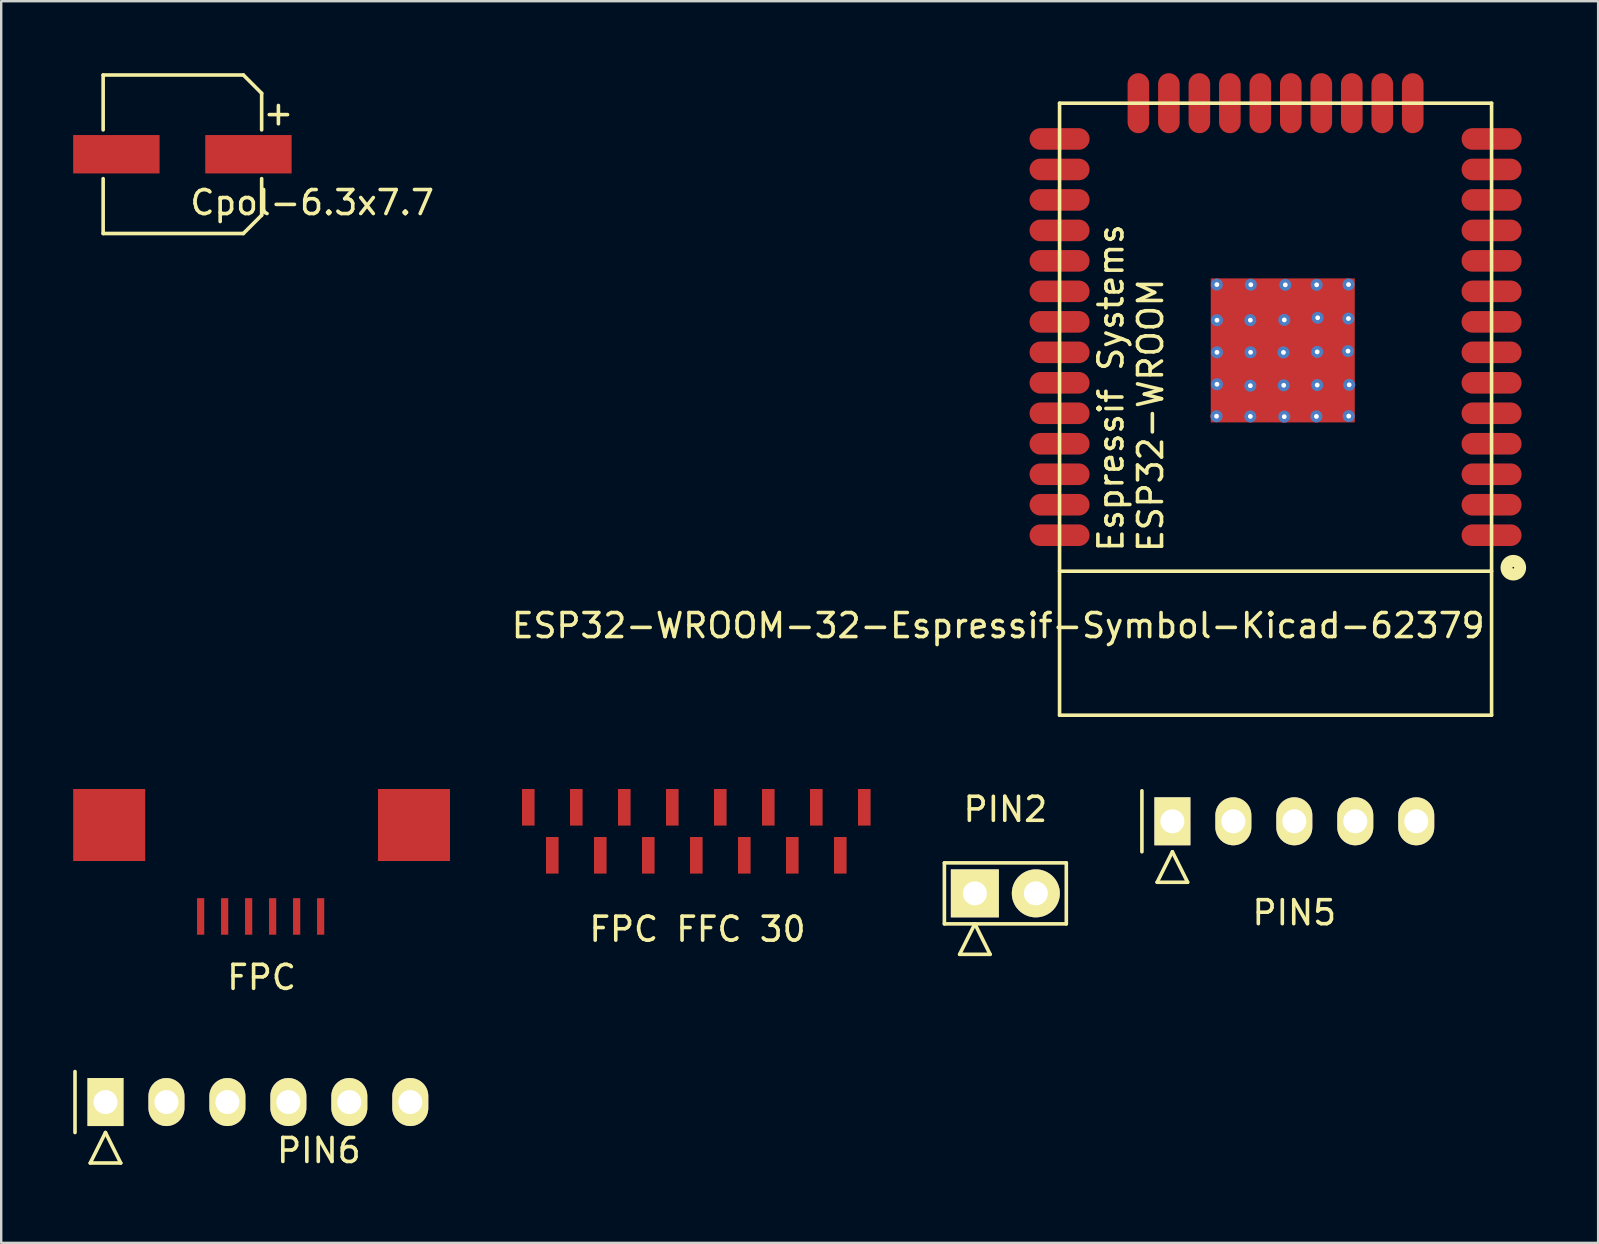
<source format=kicad_pcb>
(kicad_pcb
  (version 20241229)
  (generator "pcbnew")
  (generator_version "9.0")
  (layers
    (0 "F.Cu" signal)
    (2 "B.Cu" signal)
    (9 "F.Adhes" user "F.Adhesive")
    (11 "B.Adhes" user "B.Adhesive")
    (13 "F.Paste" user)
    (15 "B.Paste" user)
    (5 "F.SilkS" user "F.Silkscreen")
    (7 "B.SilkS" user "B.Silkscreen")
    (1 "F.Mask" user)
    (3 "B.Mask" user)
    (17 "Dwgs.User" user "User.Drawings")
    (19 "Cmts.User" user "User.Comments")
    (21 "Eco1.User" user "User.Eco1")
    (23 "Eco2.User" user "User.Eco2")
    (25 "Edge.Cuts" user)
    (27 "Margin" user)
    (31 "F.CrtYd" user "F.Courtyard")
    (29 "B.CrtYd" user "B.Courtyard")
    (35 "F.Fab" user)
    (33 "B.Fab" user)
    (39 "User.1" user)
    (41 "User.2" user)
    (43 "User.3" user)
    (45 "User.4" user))
  (footprint "PIN2"
    (layer "F.Cu")
    (at 38.839 34.173)
    (property "Reference" "PIN2" (at 0 -3.5 0) (layer "F.SilkS") (effects (font (size 1 1) (thickness 0.15))))
    (attr through_hole)
    (fp_line (start -2.54 -1.27) (end -2.54 1.27) (stroke (width 0.15) (type solid)) (layer "F.SilkS"))
    (fp_line (start -2.54 1.27) (end 2.54 1.27) (stroke (width 0.15) (type solid)) (layer "F.SilkS"))
    (fp_line (start -1.905 2.54) (end -1.27 1.27) (stroke (width 0.15) (type solid)) (layer "F.SilkS"))
    (fp_line (start -1.905 2.54) (end -0.635 2.54) (stroke (width 0.15) (type solid)) (layer "F.SilkS"))
    (fp_line (start -0.635 2.54) (end -1.27 1.27) (stroke (width 0.15) (type solid)) (layer "F.SilkS"))
    (fp_line (start 2.54 -1.27) (end -2.54 -1.27) (stroke (width 0.15) (type solid)) (layer "F.SilkS"))
    (fp_line (start 2.54 1.27) (end 2.54 -1.27) (stroke (width 0.15) (type solid)) (layer "F.SilkS"))
    (pad "1" thru_hole rect (at -1.27 0) (size 2 2) (drill 1) (layers "*.Cu" "*.Mask" "F.SilkS"))
    (pad "2" thru_hole oval (at 1.27 0) (size 2 2) (drill 1) (layers "*.Cu" "*.Mask" "F.SilkS")))
  (footprint "PIN5"
    (layer "F.Cu")
    (at 50.879 31.17)
    (property "Reference" "PIN5" (at 0 3.81 0) (layer "F.SilkS") (effects (font (size 1 1) (thickness 0.15))))
    (attr through_hole)
    (fp_line (start -6.35 -1.27) (end -6.35 1.27) (stroke (width 0.15) (type solid)) (layer "F.SilkS"))
    (fp_line (start -5.715 2.54) (end -5.08 1.27) (stroke (width 0.15) (type solid)) (layer "F.SilkS"))
    (fp_line (start -5.715 2.54) (end -4.445 2.54) (stroke (width 0.15) (type solid)) (layer "F.SilkS"))
    (fp_line (start -4.445 2.54) (end -5.08 1.27) (stroke (width 0.15) (type solid)) (layer "F.SilkS"))
    (pad "1" thru_hole rect (at -5.08 0) (size 1.5 2) (drill 1) (layers "*.Cu" "*.Mask" "F.SilkS"))
    (pad "2" thru_hole oval (at -2.54 0) (size 1.5 2) (drill 1) (layers "*.Cu" "*.Mask" "F.SilkS"))
    (pad "3" thru_hole oval (at 0 0) (size 1.5 2) (drill 1) (layers "*.Cu" "*.Mask" "F.SilkS"))
    (pad "4" thru_hole oval (at 2.54 0) (size 1.5 2) (drill 1) (layers "*.Cu" "*.Mask" "F.SilkS"))
    (pad "5" thru_hole oval (at 5.08 0) (size 1.5 2) (drill 1) (layers "*.Cu" "*.Mask" "F.SilkS")))
  (footprint "FPC"
    (layer "F.Cu")
    (at 7.85 32.595)
    (property "Reference" "FPC" (at 0 5.08 0) (layer "F.SilkS") (effects (font (size 1 1) (thickness 0.15))))
    (attr through_hole)
    (pad "" smd rect (at -6.35 -1.27) (size 3 3) (layers "F.Cu" "F.Mask" "F.Paste"))
    (pad "" smd rect (at 6.35 -1.27) (size 3 3) (layers "F.Cu" "F.Mask" "F.Paste"))
    (pad "1" smd rect (at 2.46 2.54) (size 0.3 1.524) (layers "F.Cu" "F.Mask" "F.Paste"))
    (pad "2" smd rect (at 1.46 2.54) (size 0.3 1.524) (layers "F.Cu" "F.Mask" "F.Paste"))
    (pad "3" smd rect (at 0.46 2.54) (size 0.3 1.524) (layers "F.Cu" "F.Mask" "F.Paste"))
    (pad "4" smd rect (at -0.54 2.54) (size 0.3 1.524) (layers "F.Cu" "F.Mask" "F.Paste"))
    (pad "5" smd rect (at -1.54 2.54) (size 0.3 1.524) (layers "F.Cu" "F.Mask" "F.Paste"))
    (pad "6" smd rect (at -2.54 2.54) (size 0.3 1.524) (layers "F.Cu" "F.Mask" "F.Paste")))
  (footprint "ESP32-WROOM-32-Espressif-Symbol-Kicad-62379"
    (layer "F.Cu")
    (at 50.098 14)
    (property "Reference" "ESP32-WROOM-32-Espressif-Symbol-Kicad-62379" (at -11.557 9.017 0) (layer "F.SilkS") (effects (font (size 1 1) (thickness 0.15))))
    (attr through_hole)
    (fp_line (start -9 -12.75) (end 9 -12.75) (stroke (width 0.15) (type solid)) (layer "F.SilkS"))
    (fp_line (start -9 6.75) (end 9 6.75) (stroke (width 0.15) (type solid)) (layer "F.SilkS"))
    (fp_line (start -9 12.75) (end -9 -12.75) (stroke (width 0.15) (type solid)) (layer "F.SilkS"))
    (fp_line (start -9 12.75) (end 9 12.75) (stroke (width 0.15) (type solid)) (layer "F.SilkS"))
    (fp_line (start 9 12.75) (end 9 -12.75) (stroke (width 0.15) (type solid)) (layer "F.SilkS"))
    (fp_circle (center 9.906 6.604) (end 10.033 6.858) (stroke (width 0.5) (type solid)) (fill no) (layer "F.SilkS"))
    (fp_text user "Espressif Systems" (at -6.858 -0.889 90) (layer "F.SilkS") (effects (font (size 1 1) (thickness 0.15))))
    (fp_text user "ESP32-WROOM" (at -5.207 0.254 90) (layer "F.SilkS") (effects (font (size 1 1) (thickness 0.15))))
    (pad "1" smd oval (at 9 5.25) (size 2.5 0.9) (layers "F.Cu" "F.Mask" "F.Paste"))
    (pad "2" smd oval (at 9 3.98) (size 2.5 0.9) (layers "F.Cu" "F.Mask" "F.Paste"))
    (pad "3" smd oval (at 9 2.71) (size 2.5 0.9) (layers "F.Cu" "F.Mask" "F.Paste"))
    (pad "4" smd oval (at 9 1.44) (size 2.5 0.9) (layers "F.Cu" "F.Mask" "F.Paste"))
    (pad "5" smd oval (at 9 0.17) (size 2.5 0.9) (layers "F.Cu" "F.Mask" "F.Paste"))
    (pad "6" smd oval (at 9 -1.1) (size 2.5 0.9) (layers "F.Cu" "F.Mask" "F.Paste"))
    (pad "7" smd oval (at 9 -2.37) (size 2.5 0.9) (layers "F.Cu" "F.Mask" "F.Paste"))
    (pad "8" smd oval (at 9 -3.64) (size 2.5 0.9) (layers "F.Cu" "F.Mask" "F.Paste"))
    (pad "9" smd oval (at 9 -4.91) (size 2.5 0.9) (layers "F.Cu" "F.Mask" "F.Paste"))
    (pad "10" smd oval (at 9 -6.18) (size 2.5 0.9) (layers "F.Cu" "F.Mask" "F.Paste"))
    (pad "11" smd oval (at 9 -7.45) (size 2.5 0.9) (layers "F.Cu" "F.Mask" "F.Paste"))
    (pad "12" smd oval (at 9 -8.72) (size 2.5 0.9) (layers "F.Cu" "F.Mask" "F.Paste"))
    (pad "13" smd oval (at 9 -9.99) (size 2.5 0.9) (layers "F.Cu" "F.Mask" "F.Paste"))
    (pad "14" smd oval (at 9 -11.26) (size 2.5 0.9) (layers "F.Cu" "F.Mask" "F.Paste"))
    (pad "15" smd oval (at 5.715 -12.75) (size 0.9 2.5) (layers "F.Cu" "F.Mask" "F.Paste"))
    (pad "16" smd oval (at 4.445 -12.75) (size 0.9 2.5) (layers "F.Cu" "F.Mask" "F.Paste"))
    (pad "17" smd oval (at 3.175 -12.75) (size 0.9 2.5) (layers "F.Cu" "F.Mask" "F.Paste"))
    (pad "18" smd oval (at 1.905 -12.75) (size 0.9 2.5) (layers "F.Cu" "F.Mask" "F.Paste"))
    (pad "19" smd oval (at 0.635 -12.75) (size 0.9 2.5) (layers "F.Cu" "F.Mask" "F.Paste"))
    (pad "20" smd oval (at -0.635 -12.75) (size 0.9 2.5) (layers "F.Cu" "F.Mask" "F.Paste"))
    (pad "21" smd oval (at -1.905 -12.75) (size 0.9 2.5) (layers "F.Cu" "F.Mask" "F.Paste"))
    (pad "22" smd oval (at -3.175 -12.75) (size 0.9 2.5) (layers "F.Cu" "F.Mask" "F.Paste"))
    (pad "23" smd oval (at -4.445 -12.75) (size 0.9 2.5) (layers "F.Cu" "F.Mask" "F.Paste"))
    (pad "24" smd oval (at -5.715 -12.75) (size 0.9 2.5) (layers "F.Cu" "F.Mask" "F.Paste"))
    (pad "25" smd oval (at -9 -11.26) (size 2.5 0.9) (layers "F.Cu" "F.Mask" "F.Paste"))
    (pad "26" smd oval (at -9 -9.99) (size 2.5 0.9) (layers "F.Cu" "F.Mask" "F.Paste"))
    (pad "27" smd oval (at -9 -8.72) (size 2.5 0.9) (layers "F.Cu" "F.Mask" "F.Paste"))
    (pad "28" smd oval (at -9 -7.45) (size 2.5 0.9) (layers "F.Cu" "F.Mask" "F.Paste"))
    (pad "29" smd oval (at -9 -6.18) (size 2.5 0.9) (layers "F.Cu" "F.Mask" "F.Paste"))
    (pad "30" smd oval (at -9 -4.91) (size 2.5 0.9) (layers "F.Cu" "F.Mask" "F.Paste"))
    (pad "31" smd oval (at -9 -3.64) (size 2.5 0.9) (layers "F.Cu" "F.Mask" "F.Paste"))
    (pad "32" smd oval (at -9 -2.37) (size 2.5 0.9) (layers "F.Cu" "F.Mask" "F.Paste"))
    (pad "33" smd oval (at -9 -1.1) (size 2.5 0.9) (layers "F.Cu" "F.Mask" "F.Paste"))
    (pad "34" smd oval (at -9 0.17) (size 2.5 0.9) (layers "F.Cu" "F.Mask" "F.Paste"))
    (pad "35" smd oval (at -9 1.44) (size 2.5 0.9) (layers "F.Cu" "F.Mask" "F.Paste"))
    (pad "36" smd oval (at -9 2.71) (size 2.5 0.9) (layers "F.Cu" "F.Mask" "F.Paste"))
    (pad "37" smd oval (at -9 3.98) (size 2.5 0.9) (layers "F.Cu" "F.Mask" "F.Paste"))
    (pad "38" smd oval (at -9 5.25) (size 2.5 0.9) (layers "F.Cu" "F.Mask" "F.Paste"))
    (pad "39" thru_hole circle (at -2.459 0.292) (size 0.5 0.5) (drill 0.2) (layers "*.Cu"))
    (pad "39" thru_hole circle (at -2.446 -5.192) (size 0.5 0.5) (drill 0.2) (layers "*.Cu"))
    (pad "39" thru_hole circle (at -2.441 -3.708) (size 0.5 0.5) (drill 0.2) (layers "*.Cu"))
    (pad "39" thru_hole circle (at -2.441 -2.37) (size 0.5 0.5) (drill 0.2) (layers "*.Cu"))
    (pad "39" thru_hole circle (at -2.441 -1.039) (size 0.5 0.5) (drill 0.2) (layers "*.Cu"))
    (pad "39" smd rect (at -1.742 -4.445) (size 1.2 1.2) (layers "F.Cu" "B.Paste"))
    (pad "39" smd rect (at -1.732 -3.03) (size 1.2 1.2) (layers "F.Cu" "B.Paste"))
    (pad "39" smd rect (at -1.722 -1.661) (size 1.2 1.2) (layers "F.Cu" "B.Paste"))
    (pad "39" smd rect (at -1.709 -0.348) (size 1.2 1.2) (layers "F.Cu" "B.Paste"))
    (pad "39" thru_hole circle (at -1.052 -3.711) (size 0.5 0.5) (drill 0.2) (layers "*.Cu"))
    (pad "39" thru_hole circle (at -1.052 -0.98) (size 0.5 0.5) (drill 0.2) (layers "*.Cu"))
    (pad "39" thru_hole circle (at -1.052 0.3) (size 0.5 0.5) (drill 0.2) (layers "*.Cu"))
    (pad "39" thru_hole circle (at -1.041 -2.372) (size 0.5 0.5) (drill 0.2) (layers "*.Cu"))
    (pad "39" thru_hole circle (at -1.031 -5.187) (size 0.5 0.5) (drill 0.2) (layers "*.Cu" "*.Mask"))
    (pad "39" smd rect (at -0.351 -4.468) (size 1.2 1.2) (layers "F.Cu" "B.Paste"))
    (pad "39" smd rect (at -0.34 -3.025) (size 1.2 1.2) (layers "F.Cu" "B.Paste"))
    (pad "39" smd rect (at -0.328 -1.641) (size 1.2 1.2) (layers "F.Cu" "B.Paste"))
    (pad "39" smd rect (at -0.318 -0.325) (size 1.2 1.2) (layers "F.Cu" "B.Paste"))
    (pad "39" smd rect (at 0.3 -2.45) (size 6 6) (layers "F.Cu" "F.Mask"))
    (pad "39" thru_hole circle (at 0.33 -2.365) (size 0.5 0.5) (drill 0.2) (layers "*.Cu"))
    (pad "39" thru_hole circle (at 0.34 -0.996) (size 0.5 0.5) (drill 0.2) (layers "*.Cu"))
    (pad "39" thru_hole circle (at 0.363 -3.721) (size 0.5 0.5) (drill 0.2) (layers "*.Cu"))
    (pad "39" thru_hole circle (at 0.363 0.31) (size 0.5 0.5) (drill 0.2) (layers "*.Cu"))
    (pad "39" thru_hole circle (at 0.406 -5.182) (size 0.5 0.5) (drill 0.2) (layers "*.Cu"))
    (pad "39" smd rect (at 1.021 -4.478) (size 1.2 1.2) (layers "F.Cu" "B.Paste"))
    (pad "39" smd rect (at 1.054 -3.056) (size 1.2 1.2) (layers "F.Cu" "B.Paste"))
    (pad "39" smd rect (at 1.064 -1.654) (size 1.2 1.2) (layers "F.Cu" "B.Paste"))
    (pad "39" smd rect (at 1.064 -0.292) (size 1.2 1.2) (layers "F.Cu" "B.Paste"))
    (pad "39" thru_hole circle (at 1.702 0.3) (size 0.5 0.5) (drill 0.2) (layers "*.Cu"))
    (pad "39" thru_hole circle (at 1.712 -5.182) (size 0.5 0.5) (drill 0.2) (layers "*.Cu"))
    (pad "39" thru_hole circle (at 1.735 -2.388) (size 0.5 0.5) (drill 0.2) (layers "*.Cu"))
    (pad "39" thru_hole circle (at 1.735 -1.006) (size 0.5 0.5) (drill 0.2) (layers "*.Cu"))
    (pad "39" thru_hole circle (at 1.755 -3.81) (size 0.5 0.5) (drill 0.2) (layers "*.Cu"))
    (pad "39" smd rect (at 2.403 -3.111) (size 1.2 1.2) (layers "F.Cu" "B.Paste"))
    (pad "39" smd rect (at 2.413 -4.511) (size 1.2 1.2) (layers "F.Cu" "B.Paste"))
    (pad "39" smd rect (at 2.433 -0.315) (size 1.2 1.2) (layers "F.Cu" "B.Paste"))
    (pad "39" smd rect (at 2.436 -1.664) (size 1.2 1.2) (layers "F.Cu" "B.Paste"))
    (pad "39" thru_hole circle (at 3.018 -2.421) (size 0.5 0.5) (drill 0.2) (layers "*.Cu"))
    (pad "39" thru_hole circle (at 3.035 -3.777) (size 0.5 0.5) (drill 0.2) (layers "*.Cu"))
    (pad "39" thru_hole circle (at 3.04 -5.194) (size 0.5 0.5) (drill 0.2) (layers "*.Cu"))
    (pad "39" thru_hole circle (at 3.048 0.287) (size 0.5 0.5) (drill 0.2) (layers "*.Cu"))
    (pad "39" thru_hole circle (at 3.068 -1.016) (size 0.5 0.5) (drill 0.2) (layers "*.Cu")))
  (footprint "Cpol-6.3x7.7"
    (layer "F.Cu")
    (at 4.55 3.377)
    (property "Reference" "Cpol-6.3x7.7" (at 5.407 2.015 0) (layer "F.SilkS") (effects (font (size 1 1) (thickness 0.15))))
    (attr through_hole)
    (fp_line (start -3.302 -3.302) (end -3.302 -1.016) (stroke (width 0.15) (type solid)) (layer "F.SilkS"))
    (fp_line (start -3.302 3.302) (end -3.302 1.016) (stroke (width 0.15) (type solid)) (layer "F.SilkS"))
    (fp_line (start -3.302 3.302) (end 2.54 3.302) (stroke (width 0.15) (type solid)) (layer "F.SilkS"))
    (fp_line (start 2.54 -3.302) (end -3.302 -3.302) (stroke (width 0.15) (type solid)) (layer "F.SilkS"))
    (fp_line (start 2.54 3.302) (end 3.302 2.54) (stroke (width 0.15) (type solid)) (layer "F.SilkS"))
    (fp_line (start 3.302 -2.54) (end 2.54 -3.302) (stroke (width 0.15) (type solid)) (layer "F.SilkS"))
    (fp_line (start 3.302 -2.54) (end 3.302 -1.016) (stroke (width 0.15) (type solid)) (layer "F.SilkS"))
    (fp_line (start 3.302 2.54) (end 3.302 1.016) (stroke (width 0.15) (type solid)) (layer "F.SilkS"))
    (fp_line (start 4 -2.032) (end 4 -1.27) (stroke (width 0.15) (type solid)) (layer "F.SilkS"))
    (fp_line (start 4.381 -1.651) (end 3.619 -1.651) (stroke (width 0.15) (type solid)) (layer "F.SilkS"))
    (pad "1" smd rect (at 2.751 0) (size 3.599 1.6) (layers "F.Cu" "F.Mask" "F.Paste"))
    (pad "2" smd rect (at -2.751 0) (size 3.599 1.6) (layers "F.Cu" "F.Mask" "F.Paste")))
  (footprint "FPC FFC 30"
    (layer "F.Cu")
    (at 26.012 31.857)
    (property "Reference" "FPC FFC 30" (at 0 3.81 0) (layer "F.SilkS") (effects (font (size 1 1) (thickness 0.15))))
    (attr through_hole)
    (pad "1" smd rect (at -7.05 -1.27) (size 0.524 1.524) (layers "F.Cu" "F.Mask" "F.Paste"))
    (pad "2" smd rect (at -6.05 0.73) (size 0.524 1.524) (layers "F.Cu" "F.Mask" "F.Paste"))
    (pad "3" smd rect (at -5.05 -1.27) (size 0.524 1.524) (layers "F.Cu" "F.Mask" "F.Paste"))
    (pad "4" smd rect (at -4.05 0.73) (size 0.524 1.524) (layers "F.Cu" "F.Mask" "F.Paste"))
    (pad "5" smd rect (at -3.05 -1.27) (size 0.524 1.524) (layers "F.Cu" "F.Mask" "F.Paste"))
    (pad "6" smd rect (at -2.05 0.73) (size 0.524 1.524) (layers "F.Cu" "F.Mask" "F.Paste"))
    (pad "7" smd rect (at -1.05 -1.27) (size 0.524 1.524) (layers "F.Cu" "F.Mask" "F.Paste"))
    (pad "8" smd rect (at -0.05 0.73) (size 0.524 1.524) (layers "F.Cu" "F.Mask" "F.Paste"))
    (pad "9" smd rect (at 0.95 -1.27) (size 0.524 1.524) (layers "F.Cu" "F.Mask" "F.Paste"))
    (pad "10" smd rect (at 1.95 0.73) (size 0.524 1.524) (layers "F.Cu" "F.Mask" "F.Paste"))
    (pad "11" smd rect (at 2.95 -1.27) (size 0.524 1.524) (layers "F.Cu" "F.Mask" "F.Paste"))
    (pad "12" smd rect (at 3.95 0.73) (size 0.524 1.524) (layers "F.Cu" "F.Mask" "F.Paste"))
    (pad "13" smd rect (at 4.95 -1.27) (size 0.524 1.524) (layers "F.Cu" "F.Mask" "F.Paste"))
    (pad "14" smd rect (at 5.95 0.73) (size 0.524 1.524) (layers "F.Cu" "F.Mask" "F.Paste"))
    (pad "15" smd rect (at 6.95 -1.27) (size 0.524 1.524) (layers "F.Cu" "F.Mask" "F.Paste")))
  (footprint "PIN6"
    (layer "F.Cu")
    (at 10.235 42.868)
    (property "Reference" "PIN6" (at 0 2.02 0) (layer "F.SilkS") (effects (font (size 1 1) (thickness 0.15))))
    (attr through_hole)
    (fp_line (start -10.16 -1.27) (end -10.16 1.27) (stroke (width 0.15) (type solid)) (layer "F.SilkS"))
    (fp_line (start -9.525 2.54) (end -8.89 1.27) (stroke (width 0.15) (type solid)) (layer "F.SilkS"))
    (fp_line (start -9.525 2.54) (end -8.255 2.54) (stroke (width 0.15) (type solid)) (layer "F.SilkS"))
    (fp_line (start -8.255 2.54) (end -8.89 1.27) (stroke (width 0.15) (type solid)) (layer "F.SilkS"))
    (pad "1" thru_hole rect (at -8.89 0) (size 1.5 2) (drill 1) (layers "*.Cu" "*.Mask" "F.SilkS"))
    (pad "2" thru_hole oval (at -6.35 0) (size 1.5 2) (drill 1) (layers "*.Cu" "*.Mask" "F.SilkS"))
    (pad "3" thru_hole oval (at -3.81 0) (size 1.5 2) (drill 1) (layers "*.Cu" "*.Mask" "F.SilkS"))
    (pad "4" thru_hole oval (at -1.27 0) (size 1.5 2) (drill 1) (layers "*.Cu" "*.Mask" "F.SilkS"))
    (pad "5" thru_hole oval (at 1.27 0) (size 1.5 2) (drill 1) (layers "*.Cu" "*.Mask" "F.SilkS"))
    (pad "6" thru_hole oval (at 3.81 0) (size 1.5 2) (drill 1) (layers "*.Cu" "*.Mask" "F.SilkS")))
  (gr_rect
    (start -3 -3)
    (end 63.538 48.736)
    (stroke (width 0.1) (type default))
    (fill no)
    (layer "Edge.Cuts")))
</source>
